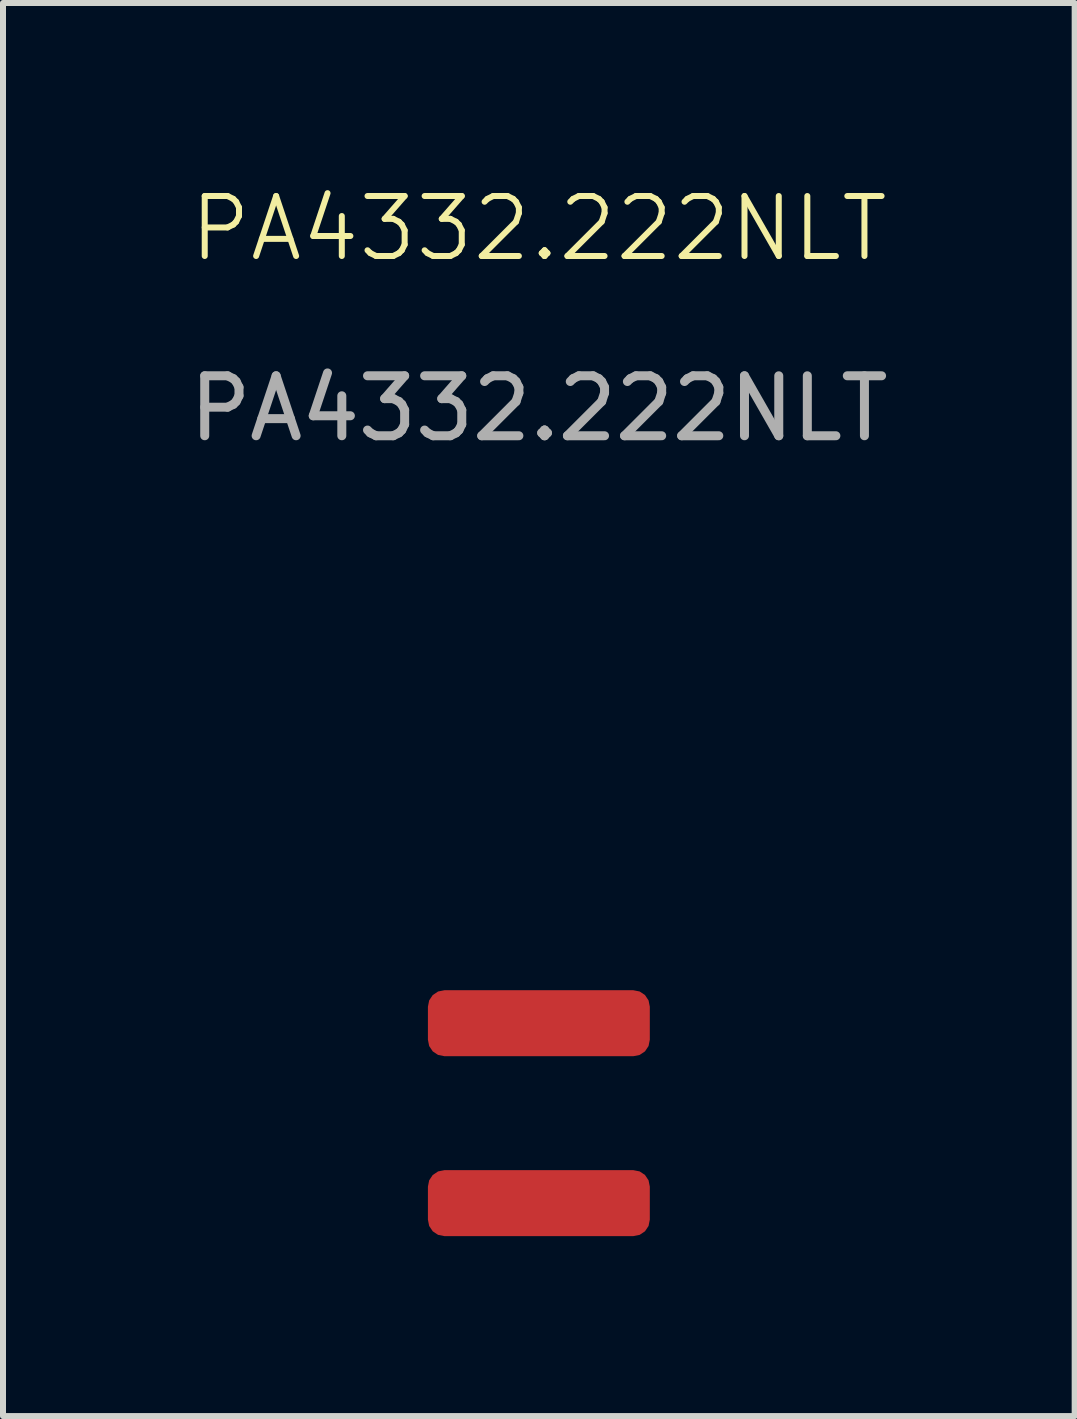
<source format=kicad_pcb>
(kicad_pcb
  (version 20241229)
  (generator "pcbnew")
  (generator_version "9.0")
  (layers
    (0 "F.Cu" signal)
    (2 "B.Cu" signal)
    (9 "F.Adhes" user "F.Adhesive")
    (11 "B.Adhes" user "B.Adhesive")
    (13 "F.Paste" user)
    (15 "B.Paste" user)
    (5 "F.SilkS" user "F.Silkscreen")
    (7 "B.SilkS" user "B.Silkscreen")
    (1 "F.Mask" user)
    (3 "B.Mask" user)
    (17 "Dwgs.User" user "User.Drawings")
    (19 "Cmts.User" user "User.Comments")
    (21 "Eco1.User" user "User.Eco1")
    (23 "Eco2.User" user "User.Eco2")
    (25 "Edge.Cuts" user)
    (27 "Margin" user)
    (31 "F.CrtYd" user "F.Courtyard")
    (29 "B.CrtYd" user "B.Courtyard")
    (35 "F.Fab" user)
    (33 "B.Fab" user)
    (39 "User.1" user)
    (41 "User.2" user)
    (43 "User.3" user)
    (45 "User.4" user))
  (footprint "PA4332.222NLT"
    (layer "F.Cu")
    (at 5.935 14.011)
    (property "Reference" "PA4332.222NLT" (at 0 -13.25 0) (unlocked yes) (layer "F.SilkS") (effects (font (size 1 1) (thickness 0.1))))
    (attr smd)
    (fp_text user "${REFERENCE}" (at 0 -10.25 0) (unlocked yes) (layer "F.Fab") (effects (font (size 1 1) (thickness 0.15))))
    (pad "1" smd roundrect (at 0 0) (size 3.7 1.1) (layers "F.Cu" "F.Mask" "F.Paste") (roundrect_rratio 0.25))
    (pad "2" smd roundrect (at 0 3) (size 3.7 1.1) (layers "F.Cu" "F.Mask" "F.Paste") (roundrect_rratio 0.25)))
  (gr_rect
    (start -3 -3)
    (end 14.869 20.561)
    (stroke (width 0.1) (type default))
    (fill no)
    (layer "Edge.Cuts")))
</source>
